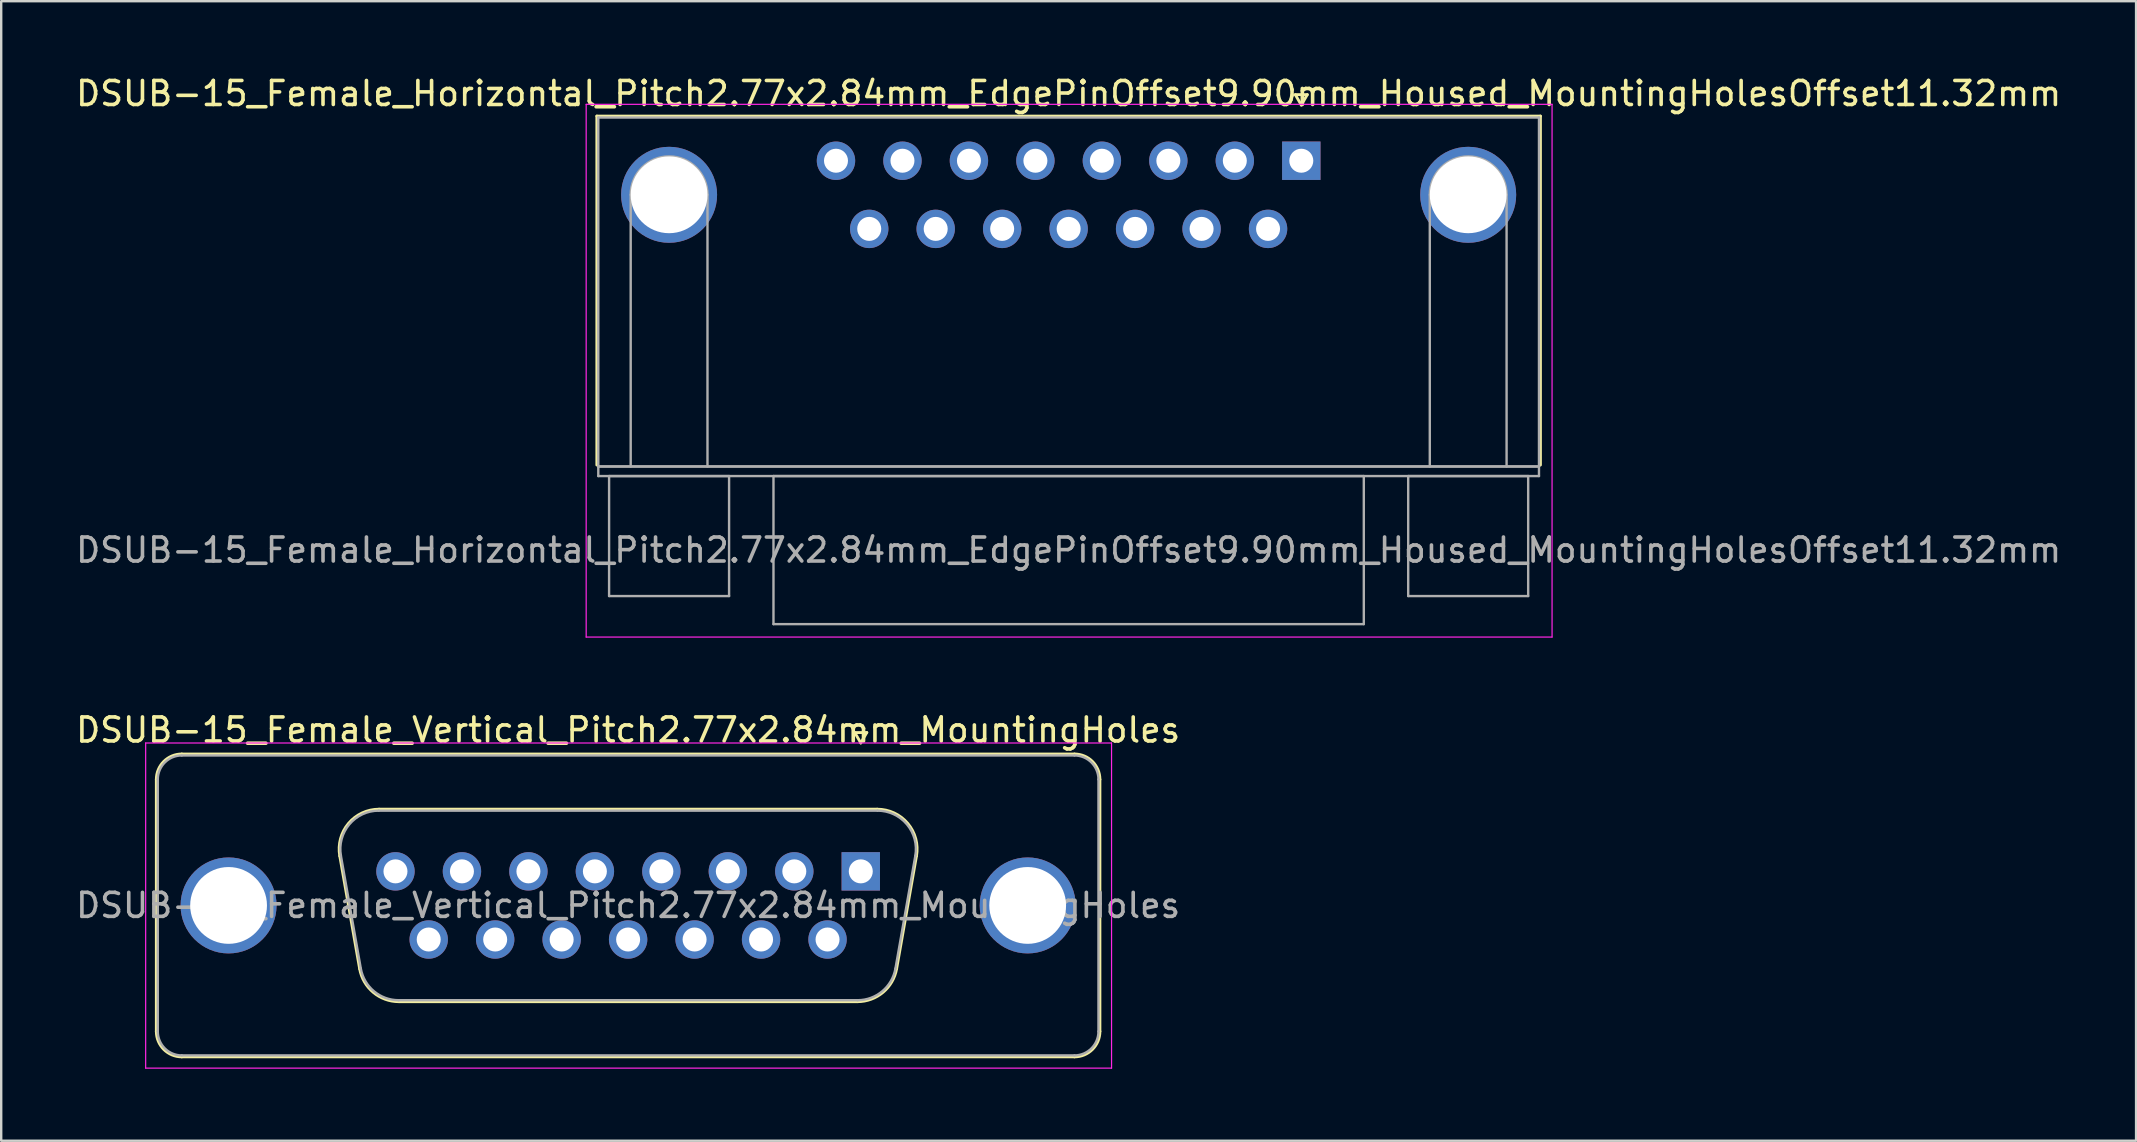
<source format=kicad_pcb>
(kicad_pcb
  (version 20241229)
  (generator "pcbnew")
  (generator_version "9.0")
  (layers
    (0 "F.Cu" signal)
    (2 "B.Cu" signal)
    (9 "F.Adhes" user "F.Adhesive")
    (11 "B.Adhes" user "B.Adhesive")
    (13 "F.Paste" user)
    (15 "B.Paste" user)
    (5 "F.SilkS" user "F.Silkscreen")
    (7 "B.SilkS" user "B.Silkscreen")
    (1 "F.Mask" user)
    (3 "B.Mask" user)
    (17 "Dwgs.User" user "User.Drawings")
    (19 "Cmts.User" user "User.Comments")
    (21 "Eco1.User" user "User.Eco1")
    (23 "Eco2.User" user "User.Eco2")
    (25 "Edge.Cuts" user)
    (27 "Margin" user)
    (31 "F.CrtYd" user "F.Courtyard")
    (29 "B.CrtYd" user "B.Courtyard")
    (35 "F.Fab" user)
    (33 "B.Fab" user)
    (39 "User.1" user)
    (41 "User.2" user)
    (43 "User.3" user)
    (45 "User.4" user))
  (footprint "DSUB-15_Female_Horizontal_Pitch2.77x2.84mm_EdgePinOffset9.90mm_Housed_MountingHolesOffset11.32mm"
    (layer "F.Cu")
    (at 51.177 3.648)
    (property "Reference" "DSUB-15_Female_Horizontal_Pitch2.77x2.84mm_EdgePinOffset9.90mm_Housed_MountingHolesOffset11.32mm" (at -9.695 -2.8 0) (layer "F.SilkS") (effects (font (size 1 1) (thickness 0.15))))
    (attr through_hole)
    (fp_line (start -29.355 -1.86) (end 9.965 -1.86) (stroke (width 0.12) (type solid)) (layer "F.SilkS"))
    (fp_line (start -29.355 12.68) (end -29.355 -1.86) (stroke (width 0.12) (type solid)) (layer "F.SilkS"))
    (fp_line (start -0.25 -2.754) (end 0.25 -2.754) (stroke (width 0.12) (type solid)) (layer "F.SilkS"))
    (fp_line (start 0 -2.321) (end -0.25 -2.754) (stroke (width 0.12) (type solid)) (layer "F.SilkS"))
    (fp_line (start 0.25 -2.754) (end 0 -2.321) (stroke (width 0.12) (type solid)) (layer "F.SilkS"))
    (fp_line (start 9.965 -1.86) (end 9.965 12.68) (stroke (width 0.12) (type solid)) (layer "F.SilkS"))
    (fp_line (start -29.8 -2.35) (end -29.8 19.85) (stroke (width 0.05) (type solid)) (layer "F.CrtYd"))
    (fp_line (start -29.8 19.85) (end 10.45 19.85) (stroke (width 0.05) (type solid)) (layer "F.CrtYd"))
    (fp_line (start 10.45 -2.35) (end -29.8 -2.35) (stroke (width 0.05) (type solid)) (layer "F.CrtYd"))
    (fp_line (start 10.45 19.85) (end 10.45 -2.35) (stroke (width 0.05) (type solid)) (layer "F.CrtYd"))
    (fp_line (start -29.295 -1.8) (end -29.295 12.74) (stroke (width 0.1) (type solid)) (layer "F.Fab"))
    (fp_line (start -29.295 12.74) (end -29.295 13.14) (stroke (width 0.1) (type solid)) (layer "F.Fab"))
    (fp_line (start -29.295 12.74) (end 9.905 12.74) (stroke (width 0.1) (type solid)) (layer "F.Fab"))
    (fp_line (start -29.295 13.14) (end 9.905 13.14) (stroke (width 0.1) (type solid)) (layer "F.Fab"))
    (fp_line (start -28.845 13.14) (end -28.845 18.14) (stroke (width 0.1) (type solid)) (layer "F.Fab"))
    (fp_line (start -28.845 18.14) (end -23.845 18.14) (stroke (width 0.1) (type solid)) (layer "F.Fab"))
    (fp_line (start -27.945 12.74) (end -27.945 1.42) (stroke (width 0.1) (type solid)) (layer "F.Fab"))
    (fp_line (start -24.745 12.74) (end -24.745 1.42) (stroke (width 0.1) (type solid)) (layer "F.Fab"))
    (fp_line (start -23.845 13.14) (end -28.845 13.14) (stroke (width 0.1) (type solid)) (layer "F.Fab"))
    (fp_line (start -23.845 18.14) (end -23.845 13.14) (stroke (width 0.1) (type solid)) (layer "F.Fab"))
    (fp_line (start -21.995 13.14) (end -21.995 19.31) (stroke (width 0.1) (type solid)) (layer "F.Fab"))
    (fp_line (start -21.995 19.31) (end 2.605 19.31) (stroke (width 0.1) (type solid)) (layer "F.Fab"))
    (fp_line (start 2.605 13.14) (end -21.995 13.14) (stroke (width 0.1) (type solid)) (layer "F.Fab"))
    (fp_line (start 2.605 19.31) (end 2.605 13.14) (stroke (width 0.1) (type solid)) (layer "F.Fab"))
    (fp_line (start 4.455 13.14) (end 4.455 18.14) (stroke (width 0.1) (type solid)) (layer "F.Fab"))
    (fp_line (start 4.455 18.14) (end 9.455 18.14) (stroke (width 0.1) (type solid)) (layer "F.Fab"))
    (fp_line (start 5.355 12.74) (end 5.355 1.42) (stroke (width 0.1) (type solid)) (layer "F.Fab"))
    (fp_line (start 8.555 12.74) (end 8.555 1.42) (stroke (width 0.1) (type solid)) (layer "F.Fab"))
    (fp_line (start 9.455 13.14) (end 4.455 13.14) (stroke (width 0.1) (type solid)) (layer "F.Fab"))
    (fp_line (start 9.455 18.14) (end 9.455 13.14) (stroke (width 0.1) (type solid)) (layer "F.Fab"))
    (fp_line (start 9.905 -1.8) (end -29.295 -1.8) (stroke (width 0.1) (type solid)) (layer "F.Fab"))
    (fp_line (start 9.905 12.74) (end -29.295 12.74) (stroke (width 0.1) (type solid)) (layer "F.Fab"))
    (fp_line (start 9.905 12.74) (end 9.905 -1.8) (stroke (width 0.1) (type solid)) (layer "F.Fab"))
    (fp_line (start 9.905 13.14) (end 9.905 12.74) (stroke (width 0.1) (type solid)) (layer "F.Fab"))
    (fp_arc (start -27.945 1.42) (mid -26.345 -0.18) (end -24.745 1.42) (stroke (width 0.1) (type solid)) (layer "F.Fab"))
    (fp_arc (start 5.355 1.42) (mid 6.955 -0.18) (end 8.555 1.42) (stroke (width 0.1) (type solid)) (layer "F.Fab"))
    (fp_text user "${REFERENCE}" (at -9.695 16.225 0) (layer "F.Fab") (effects (font (size 1 1) (thickness 0.15))))
    (pad "0" thru_hole circle (at -26.345 1.42) (size 4 4) (drill 3.2) (layers "*.Cu" "*.Mask"))
    (pad "0" thru_hole circle (at 6.955 1.42) (size 4 4) (drill 3.2) (layers "*.Cu" "*.Mask"))
    (pad "1" thru_hole rect (at 0 0) (size 1.6 1.6) (drill 1) (layers "*.Cu" "*.Mask"))
    (pad "2" thru_hole circle (at -2.77 0) (size 1.6 1.6) (drill 1) (layers "*.Cu" "*.Mask"))
    (pad "3" thru_hole circle (at -5.54 0) (size 1.6 1.6) (drill 1) (layers "*.Cu" "*.Mask"))
    (pad "4" thru_hole circle (at -8.31 0) (size 1.6 1.6) (drill 1) (layers "*.Cu" "*.Mask"))
    (pad "5" thru_hole circle (at -11.08 0) (size 1.6 1.6) (drill 1) (layers "*.Cu" "*.Mask"))
    (pad "6" thru_hole circle (at -13.85 0) (size 1.6 1.6) (drill 1) (layers "*.Cu" "*.Mask"))
    (pad "7" thru_hole circle (at -16.62 0) (size 1.6 1.6) (drill 1) (layers "*.Cu" "*.Mask"))
    (pad "8" thru_hole circle (at -19.39 0) (size 1.6 1.6) (drill 1) (layers "*.Cu" "*.Mask"))
    (pad "9" thru_hole circle (at -1.385 2.84) (size 1.6 1.6) (drill 1) (layers "*.Cu" "*.Mask"))
    (pad "10" thru_hole circle (at -4.155 2.84) (size 1.6 1.6) (drill 1) (layers "*.Cu" "*.Mask"))
    (pad "11" thru_hole circle (at -6.925 2.84) (size 1.6 1.6) (drill 1) (layers "*.Cu" "*.Mask"))
    (pad "12" thru_hole circle (at -9.695 2.84) (size 1.6 1.6) (drill 1) (layers "*.Cu" "*.Mask"))
    (pad "13" thru_hole circle (at -12.465 2.84) (size 1.6 1.6) (drill 1) (layers "*.Cu" "*.Mask"))
    (pad "14" thru_hole circle (at -15.235 2.84) (size 1.6 1.6) (drill 1) (layers "*.Cu" "*.Mask"))
    (pad "15" thru_hole circle (at -18.005 2.84) (size 1.6 1.6) (drill 1) (layers "*.Cu" "*.Mask")))
  (footprint "DSUB-15_Female_Vertical_Pitch2.77x2.84mm_MountingHoles"
    (layer "F.Cu")
    (at 32.82 33.261)
    (property "Reference" "DSUB-15_Female_Vertical_Pitch2.77x2.84mm_MountingHoles" (at -9.695 -5.89 0) (layer "F.SilkS") (effects (font (size 1 1) (thickness 0.15))))
    (attr through_hole)
    (fp_line (start -29.355 6.67) (end -29.355 -3.83) (stroke (width 0.12) (type solid)) (layer "F.SilkS"))
    (fp_line (start -28.295 -4.89) (end 8.905 -4.89) (stroke (width 0.12) (type solid)) (layer "F.SilkS"))
    (fp_line (start -21.711 -0.642) (end -20.883 4.058) (stroke (width 0.12) (type solid)) (layer "F.SilkS"))
    (fp_line (start -20.077 -2.59) (end 0.687 -2.59) (stroke (width 0.12) (type solid)) (layer "F.SilkS"))
    (fp_line (start -19.248 5.43) (end -0.142 5.43) (stroke (width 0.12) (type solid)) (layer "F.SilkS"))
    (fp_line (start -0.25 -5.784) (end 0.25 -5.784) (stroke (width 0.12) (type solid)) (layer "F.SilkS"))
    (fp_line (start 0 -5.351) (end -0.25 -5.784) (stroke (width 0.12) (type solid)) (layer "F.SilkS"))
    (fp_line (start 0.25 -5.784) (end 0 -5.351) (stroke (width 0.12) (type solid)) (layer "F.SilkS"))
    (fp_line (start 2.321 -0.642) (end 1.493 4.058) (stroke (width 0.12) (type solid)) (layer "F.SilkS"))
    (fp_line (start 8.905 7.73) (end -28.295 7.73) (stroke (width 0.12) (type solid)) (layer "F.SilkS"))
    (fp_line (start 9.965 -3.83) (end 9.965 6.67) (stroke (width 0.12) (type solid)) (layer "F.SilkS"))
    (fp_arc (start -29.355 -3.83) (mid -29.044533 -4.579533) (end -28.295 -4.89) (stroke (width 0.12) (type solid)) (layer "F.SilkS"))
    (fp_arc (start -28.295 7.73) (mid -29.044533 7.419533) (end -29.355 6.67) (stroke (width 0.12) (type solid)) (layer "F.SilkS"))
    (fp_arc (start -21.71147 -0.641744) (mid -21.348323 -1.997028) (end -20.076689 -2.59) (stroke (width 0.12) (type solid)) (layer "F.SilkS"))
    (fp_arc (start -19.247952 5.43) (mid -20.314979 5.041634) (end -20.882733 4.058256) (stroke (width 0.12) (type solid)) (layer "F.SilkS"))
    (fp_arc (start 0.686689 -2.59) (mid 1.958323 -1.997027) (end 2.32147 -0.641744) (stroke (width 0.12) (type solid)) (layer "F.SilkS"))
    (fp_arc (start 1.492733 4.058256) (mid 0.92498 5.041634) (end -0.142048 5.43) (stroke (width 0.12) (type solid)) (layer "F.SilkS"))
    (fp_arc (start 8.905 -4.89) (mid 9.654533 -4.579533) (end 9.965 -3.83) (stroke (width 0.12) (type solid)) (layer "F.SilkS"))
    (fp_arc (start 9.965 6.67) (mid 9.654533 7.419533) (end 8.905 7.73) (stroke (width 0.12) (type solid)) (layer "F.SilkS"))
    (fp_line (start -29.8 -5.35) (end -29.8 8.2) (stroke (width 0.05) (type solid)) (layer "F.CrtYd"))
    (fp_line (start -29.8 8.2) (end 10.45 8.2) (stroke (width 0.05) (type solid)) (layer "F.CrtYd"))
    (fp_line (start 10.45 -5.35) (end -29.8 -5.35) (stroke (width 0.05) (type solid)) (layer "F.CrtYd"))
    (fp_line (start 10.45 8.2) (end 10.45 -5.35) (stroke (width 0.05) (type solid)) (layer "F.CrtYd"))
    (fp_line (start -29.295 6.67) (end -29.295 -3.83) (stroke (width 0.1) (type solid)) (layer "F.Fab"))
    (fp_line (start -28.295 -4.83) (end 8.905 -4.83) (stroke (width 0.1) (type solid)) (layer "F.Fab"))
    (fp_line (start -21.664 -0.652) (end -20.835 4.048) (stroke (width 0.1) (type solid)) (layer "F.Fab"))
    (fp_line (start -20.088 -2.53) (end 0.698 -2.53) (stroke (width 0.1) (type solid)) (layer "F.Fab"))
    (fp_line (start -19.259 5.37) (end -0.131 5.37) (stroke (width 0.1) (type solid)) (layer "F.Fab"))
    (fp_line (start 2.274 -0.652) (end 1.445 4.048) (stroke (width 0.1) (type solid)) (layer "F.Fab"))
    (fp_line (start 8.905 7.67) (end -28.295 7.67) (stroke (width 0.1) (type solid)) (layer "F.Fab"))
    (fp_line (start 9.905 -3.83) (end 9.905 6.67) (stroke (width 0.1) (type solid)) (layer "F.Fab"))
    (fp_arc (start -29.295 -3.83) (mid -29.002107 -4.537107) (end -28.295 -4.83) (stroke (width 0.1) (type solid)) (layer "F.Fab"))
    (fp_arc (start -28.295 7.67) (mid -29.002107 7.377107) (end -29.295 6.67) (stroke (width 0.1) (type solid)) (layer "F.Fab"))
    (fp_arc (start -21.663886 -0.652163) (mid -21.313865 -1.95846) (end -20.088194 -2.53) (stroke (width 0.1) (type solid)) (layer "F.Fab"))
    (fp_arc (start -19.259457 5.37) (mid -20.287917 4.995671) (end -20.835149 4.047837) (stroke (width 0.1) (type solid)) (layer "F.Fab"))
    (fp_arc (start 0.698194 -2.53) (mid 1.923865 -1.95846) (end 2.273886 -0.652163) (stroke (width 0.1) (type solid)) (layer "F.Fab"))
    (fp_arc (start 1.445149 4.047837) (mid 0.897917 4.995671) (end -0.130543 5.37) (stroke (width 0.1) (type solid)) (layer "F.Fab"))
    (fp_arc (start 8.905 -4.83) (mid 9.612107 -4.537107) (end 9.905 -3.83) (stroke (width 0.1) (type solid)) (layer "F.Fab"))
    (fp_arc (start 9.905 6.67) (mid 9.612107 7.377107) (end 8.905 7.67) (stroke (width 0.1) (type solid)) (layer "F.Fab"))
    (fp_text user "${REFERENCE}" (at -9.695 1.42 0) (layer "F.Fab") (effects (font (size 1 1) (thickness 0.15))))
    (pad "0" thru_hole circle (at -26.345 1.42) (size 4 4) (drill 3.2) (layers "*.Cu" "*.Mask"))
    (pad "0" thru_hole circle (at 6.955 1.42) (size 4 4) (drill 3.2) (layers "*.Cu" "*.Mask"))
    (pad "1" thru_hole rect (at 0 0) (size 1.6 1.6) (drill 1) (layers "*.Cu" "*.Mask"))
    (pad "2" thru_hole circle (at -2.77 0) (size 1.6 1.6) (drill 1) (layers "*.Cu" "*.Mask"))
    (pad "3" thru_hole circle (at -5.54 0) (size 1.6 1.6) (drill 1) (layers "*.Cu" "*.Mask"))
    (pad "4" thru_hole circle (at -8.31 0) (size 1.6 1.6) (drill 1) (layers "*.Cu" "*.Mask"))
    (pad "5" thru_hole circle (at -11.08 0) (size 1.6 1.6) (drill 1) (layers "*.Cu" "*.Mask"))
    (pad "6" thru_hole circle (at -13.85 0) (size 1.6 1.6) (drill 1) (layers "*.Cu" "*.Mask"))
    (pad "7" thru_hole circle (at -16.62 0) (size 1.6 1.6) (drill 1) (layers "*.Cu" "*.Mask"))
    (pad "8" thru_hole circle (at -19.39 0) (size 1.6 1.6) (drill 1) (layers "*.Cu" "*.Mask"))
    (pad "9" thru_hole circle (at -1.385 2.84) (size 1.6 1.6) (drill 1) (layers "*.Cu" "*.Mask"))
    (pad "10" thru_hole circle (at -4.155 2.84) (size 1.6 1.6) (drill 1) (layers "*.Cu" "*.Mask"))
    (pad "11" thru_hole circle (at -6.925 2.84) (size 1.6 1.6) (drill 1) (layers "*.Cu" "*.Mask"))
    (pad "12" thru_hole circle (at -9.695 2.84) (size 1.6 1.6) (drill 1) (layers "*.Cu" "*.Mask"))
    (pad "13" thru_hole circle (at -12.465 2.84) (size 1.6 1.6) (drill 1) (layers "*.Cu" "*.Mask"))
    (pad "14" thru_hole circle (at -15.235 2.84) (size 1.6 1.6) (drill 1) (layers "*.Cu" "*.Mask"))
    (pad "15" thru_hole circle (at -18.005 2.84) (size 1.6 1.6) (drill 1) (layers "*.Cu" "*.Mask")))
  (gr_rect
    (start -3 -3)
    (end 85.964 44.486)
    (stroke (width 0.1) (type default))
    (fill no)
    (layer "Edge.Cuts")))
</source>
